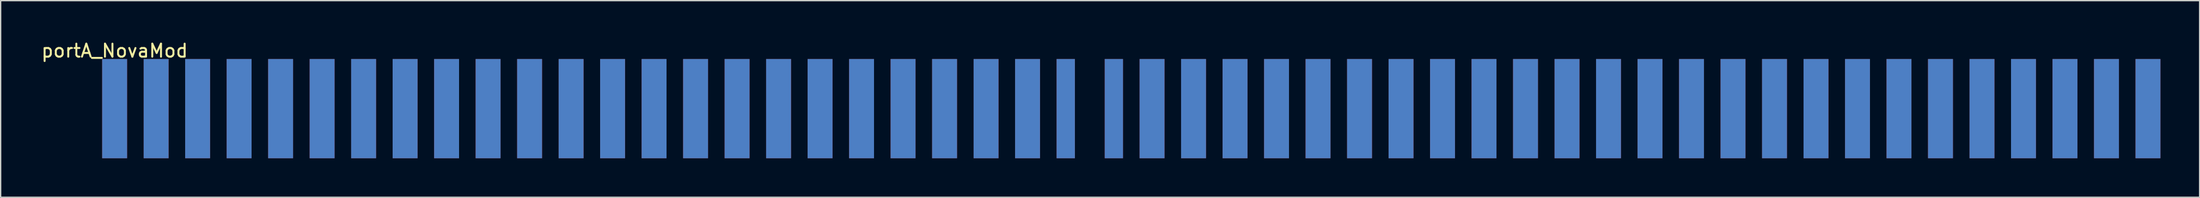
<source format=kicad_pcb>
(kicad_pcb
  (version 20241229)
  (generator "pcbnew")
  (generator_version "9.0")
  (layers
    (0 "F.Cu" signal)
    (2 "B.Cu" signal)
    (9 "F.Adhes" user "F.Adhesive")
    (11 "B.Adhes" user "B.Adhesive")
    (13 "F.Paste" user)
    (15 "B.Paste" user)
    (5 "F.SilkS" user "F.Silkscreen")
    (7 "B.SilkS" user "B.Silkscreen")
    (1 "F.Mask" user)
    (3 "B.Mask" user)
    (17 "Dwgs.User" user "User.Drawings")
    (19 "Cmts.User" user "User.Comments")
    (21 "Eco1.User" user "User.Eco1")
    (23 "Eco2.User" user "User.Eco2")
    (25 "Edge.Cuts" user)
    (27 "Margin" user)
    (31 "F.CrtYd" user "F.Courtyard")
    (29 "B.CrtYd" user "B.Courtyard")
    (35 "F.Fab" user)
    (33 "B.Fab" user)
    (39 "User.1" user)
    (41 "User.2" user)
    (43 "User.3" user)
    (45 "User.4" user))
  (footprint "portA_NovaMod"
    (layer "F.Cu")
    (at 5.72 5.293)
    (property "Reference" "portA_NovaMod" (at 0 -4.445 0) (layer "F.SilkS") (effects (font (size 1 1) (thickness 0.15))))
    (attr through_hole)
    (pad "1" smd rect (at 0 0) (size 1.905 7.62) (layers "F.Cu" "F.Mask" "F.Paste"))
    (pad "2" smd rect (at 0 0) (size 1.905 7.62) (layers "B.Cu" "B.Mask" "B.Paste"))
    (pad "3" smd rect (at 3.175 0) (size 1.905 7.62) (layers "F.Cu" "F.Mask" "F.Paste"))
    (pad "4" smd rect (at 3.175 0) (size 1.905 7.62) (layers "B.Cu" "B.Mask" "B.Paste"))
    (pad "5" smd rect (at 6.35 0) (size 1.905 7.62) (layers "F.Cu" "F.Mask" "F.Paste"))
    (pad "6" smd rect (at 6.35 0) (size 1.905 7.62) (layers "B.Cu" "B.Mask" "B.Paste"))
    (pad "7" smd rect (at 9.525 0) (size 1.905 7.62) (layers "F.Cu" "F.Mask" "F.Paste"))
    (pad "8" smd rect (at 9.525 0) (size 1.905 7.62) (layers "B.Cu" "B.Mask" "B.Paste"))
    (pad "9" smd rect (at 12.7 0) (size 1.905 7.62) (layers "F.Cu" "F.Mask" "F.Paste"))
    (pad "10" smd rect (at 12.7 0) (size 1.905 7.62) (layers "B.Cu" "B.Mask" "B.Paste"))
    (pad "11" smd rect (at 15.875 0) (size 1.905 7.62) (layers "F.Cu" "F.Mask" "F.Paste"))
    (pad "12" smd rect (at 15.875 0) (size 1.905 7.62) (layers "B.Cu" "B.Mask" "B.Paste"))
    (pad "13" smd rect (at 19.05 0) (size 1.905 7.62) (layers "F.Cu" "F.Mask" "F.Paste"))
    (pad "14" smd rect (at 19.05 0) (size 1.905 7.62) (layers "B.Cu" "B.Mask" "B.Paste"))
    (pad "15" smd rect (at 22.225 0) (size 1.905 7.62) (layers "F.Cu" "F.Mask" "F.Paste"))
    (pad "16" smd rect (at 22.225 0) (size 1.905 7.62) (layers "B.Cu" "B.Mask" "B.Paste"))
    (pad "17" smd rect (at 25.4 0) (size 1.905 7.62) (layers "F.Cu" "F.Mask" "F.Paste"))
    (pad "18" smd rect (at 25.4 0) (size 1.905 7.62) (layers "B.Cu" "B.Mask" "B.Paste"))
    (pad "19" smd rect (at 28.575 0) (size 1.905 7.62) (layers "F.Cu" "F.Mask" "F.Paste"))
    (pad "20" smd rect (at 28.575 0) (size 1.905 7.62) (layers "B.Cu" "B.Mask" "B.Paste"))
    (pad "21" smd rect (at 31.75 0) (size 1.905 7.62) (layers "F.Cu" "F.Mask" "F.Paste"))
    (pad "22" smd rect (at 31.75 0) (size 1.905 7.62) (layers "B.Cu" "B.Mask" "B.Paste"))
    (pad "23" smd rect (at 34.925 0) (size 1.905 7.62) (layers "F.Cu" "F.Mask" "F.Paste"))
    (pad "24" smd rect (at 34.925 0) (size 1.905 7.62) (layers "B.Cu" "B.Mask" "B.Paste"))
    (pad "25" smd rect (at 38.1 0) (size 1.905 7.62) (layers "F.Cu" "F.Mask" "F.Paste"))
    (pad "26" smd rect (at 38.1 0) (size 1.905 7.62) (layers "B.Cu" "B.Mask" "B.Paste"))
    (pad "27" smd rect (at 41.275 0) (size 1.905 7.62) (layers "F.Cu" "F.Mask" "F.Paste"))
    (pad "28" smd rect (at 41.275 0) (size 1.905 7.62) (layers "B.Cu" "B.Mask" "B.Paste"))
    (pad "29" smd rect (at 44.45 0) (size 1.905 7.62) (layers "F.Cu" "F.Mask" "F.Paste"))
    (pad "30" smd rect (at 44.45 0) (size 1.905 7.62) (layers "B.Cu" "B.Mask" "B.Paste"))
    (pad "31" smd rect (at 47.625 0) (size 1.905 7.62) (layers "F.Cu" "F.Mask" "F.Paste"))
    (pad "32" smd rect (at 47.625 0) (size 1.905 7.62) (layers "B.Cu" "B.Mask" "B.Paste"))
    (pad "33" smd rect (at 50.8 0) (size 1.905 7.62) (layers "F.Cu" "F.Mask" "F.Paste"))
    (pad "34" smd rect (at 50.8 0) (size 1.905 7.62) (layers "B.Cu" "B.Mask" "B.Paste"))
    (pad "35" smd rect (at 53.975 0) (size 1.905 7.62) (layers "F.Cu" "F.Mask" "F.Paste"))
    (pad "36" smd rect (at 53.975 0) (size 1.905 7.62) (layers "B.Cu" "B.Mask" "B.Paste"))
    (pad "37" smd rect (at 57.15 0) (size 1.905 7.62) (layers "F.Cu" "F.Mask" "F.Paste"))
    (pad "38" smd rect (at 57.15 0) (size 1.905 7.62) (layers "B.Cu" "B.Mask" "B.Paste"))
    (pad "39" smd rect (at 60.325 0) (size 1.905 7.62) (layers "F.Cu" "F.Mask" "F.Paste"))
    (pad "40" smd rect (at 60.325 0) (size 1.905 7.62) (layers "B.Cu" "B.Mask" "B.Paste"))
    (pad "41" smd rect (at 63.5 0) (size 1.905 7.62) (layers "F.Cu" "F.Mask" "F.Paste"))
    (pad "42" smd rect (at 63.5 0) (size 1.905 7.62) (layers "B.Cu" "B.Mask" "B.Paste"))
    (pad "43" smd rect (at 66.675 0) (size 1.905 7.62) (layers "F.Cu" "F.Mask" "F.Paste"))
    (pad "44" smd rect (at 66.675 0) (size 1.905 7.62) (layers "B.Cu" "B.Mask" "B.Paste"))
    (pad "45" smd rect (at 69.85 0) (size 1.905 7.62) (layers "F.Cu" "F.Mask" "F.Paste"))
    (pad "46" smd rect (at 69.85 0) (size 1.905 7.62) (layers "B.Cu" "B.Mask" "B.Paste"))
    (pad "47" smd rect (at 72.771 0) (size 1.397 7.62) (layers "F.Cu" "F.Mask" "F.Paste"))
    (pad "48" smd rect (at 72.771 0) (size 1.397 7.62) (layers "B.Cu" "B.Mask" "B.Paste"))
    (pad "49" smd rect (at 76.454 0) (size 1.397 7.62) (layers "F.Cu" "F.Mask" "F.Paste"))
    (pad "50" smd rect (at 76.454 0) (size 1.397 7.62) (layers "B.Cu" "B.Mask" "B.Paste"))
    (pad "51" smd rect (at 79.375 0) (size 1.905 7.62) (layers "F.Cu" "F.Mask" "F.Paste"))
    (pad "52" smd rect (at 79.375 0) (size 1.905 7.62) (layers "B.Cu" "B.Mask" "B.Paste"))
    (pad "53" smd rect (at 82.55 0) (size 1.905 7.62) (layers "F.Cu" "F.Mask" "F.Paste"))
    (pad "54" smd rect (at 82.55 0) (size 1.905 7.62) (layers "B.Cu" "B.Mask" "B.Paste"))
    (pad "55" smd rect (at 85.725 0) (size 1.905 7.62) (layers "F.Cu" "F.Mask" "F.Paste"))
    (pad "56" smd rect (at 85.725 0) (size 1.905 7.62) (layers "B.Cu" "B.Mask" "B.Paste"))
    (pad "57" smd rect (at 88.9 0) (size 1.905 7.62) (layers "F.Cu" "F.Mask" "F.Paste"))
    (pad "58" smd rect (at 88.9 0) (size 1.905 7.62) (layers "B.Cu" "B.Mask" "B.Paste"))
    (pad "59" smd rect (at 92.075 0) (size 1.905 7.62) (layers "F.Cu" "F.Mask" "F.Paste"))
    (pad "60" smd rect (at 92.075 0) (size 1.905 7.62) (layers "B.Cu" "B.Mask" "B.Paste"))
    (pad "61" smd rect (at 95.25 0) (size 1.905 7.62) (layers "F.Cu" "F.Mask" "F.Paste"))
    (pad "62" smd rect (at 95.25 0) (size 1.905 7.62) (layers "B.Cu" "B.Mask" "B.Paste"))
    (pad "63" smd rect (at 98.425 0) (size 1.905 7.62) (layers "F.Cu" "F.Mask" "F.Paste"))
    (pad "64" smd rect (at 98.425 0) (size 1.905 7.62) (layers "B.Cu" "B.Mask" "B.Paste"))
    (pad "65" smd rect (at 101.6 0) (size 1.905 7.62) (layers "F.Cu" "F.Mask" "F.Paste"))
    (pad "66" smd rect (at 101.6 0) (size 1.905 7.62) (layers "B.Cu" "B.Mask" "B.Paste"))
    (pad "67" smd rect (at 104.775 0) (size 1.905 7.62) (layers "F.Cu" "F.Mask" "F.Paste"))
    (pad "68" smd rect (at 104.775 0) (size 1.905 7.62) (layers "B.Cu" "B.Mask" "B.Paste"))
    (pad "69" smd rect (at 107.95 0) (size 1.905 7.62) (layers "F.Cu" "F.Mask" "F.Paste"))
    (pad "70" smd rect (at 107.95 0) (size 1.905 7.62) (layers "B.Cu" "B.Mask" "B.Paste"))
    (pad "71" smd rect (at 111.125 0) (size 1.905 7.62) (layers "F.Cu" "F.Mask" "F.Paste"))
    (pad "72" smd rect (at 111.125 0) (size 1.905 7.62) (layers "B.Cu" "B.Mask" "B.Paste"))
    (pad "73" smd rect (at 114.3 0) (size 1.905 7.62) (layers "F.Cu" "F.Mask" "F.Paste"))
    (pad "74" smd rect (at 114.3 0) (size 1.905 7.62) (layers "B.Cu" "B.Mask" "B.Paste"))
    (pad "75" smd rect (at 117.475 0) (size 1.905 7.62) (layers "F.Cu" "F.Mask" "F.Paste"))
    (pad "76" smd rect (at 117.475 0) (size 1.905 7.62) (layers "B.Cu" "B.Mask" "B.Paste"))
    (pad "77" smd rect (at 120.65 0) (size 1.905 7.62) (layers "F.Cu" "F.Mask" "F.Paste"))
    (pad "78" smd rect (at 120.65 0) (size 1.905 7.62) (layers "B.Cu" "B.Mask" "B.Paste"))
    (pad "79" smd rect (at 123.825 0) (size 1.905 7.62) (layers "F.Cu" "F.Mask" "F.Paste"))
    (pad "80" smd rect (at 123.825 0) (size 1.905 7.62) (layers "B.Cu" "B.Mask" "B.Paste"))
    (pad "81" smd rect (at 127 0) (size 1.905 7.62) (layers "F.Cu" "F.Mask" "F.Paste"))
    (pad "82" smd rect (at 127 0) (size 1.905 7.62) (layers "B.Cu" "B.Mask" "B.Paste"))
    (pad "83" smd rect (at 130.175 0) (size 1.905 7.62) (layers "F.Cu" "F.Mask" "F.Paste"))
    (pad "84" smd rect (at 130.175 0) (size 1.905 7.62) (layers "B.Cu" "B.Mask" "B.Paste"))
    (pad "85" smd rect (at 133.35 0) (size 1.905 7.62) (layers "F.Cu" "F.Mask" "F.Paste"))
    (pad "86" smd rect (at 133.35 0) (size 1.905 7.62) (layers "B.Cu" "B.Mask" "B.Paste"))
    (pad "87" smd rect (at 136.525 0) (size 1.905 7.62) (layers "F.Cu" "F.Mask" "F.Paste"))
    (pad "88" smd rect (at 136.525 0) (size 1.905 7.62) (layers "B.Cu" "B.Mask" "B.Paste"))
    (pad "89" smd rect (at 139.7 0) (size 1.905 7.62) (layers "F.Cu" "F.Mask" "F.Paste"))
    (pad "90" smd rect (at 139.7 0) (size 1.905 7.62) (layers "B.Cu" "B.Mask" "B.Paste"))
    (pad "91" smd rect (at 142.875 0) (size 1.905 7.62) (layers "F.Cu" "F.Mask" "F.Paste"))
    (pad "92" smd rect (at 142.875 0) (size 1.905 7.62) (layers "B.Cu" "B.Mask" "B.Paste"))
    (pad "93" smd rect (at 146.05 0) (size 1.905 7.62) (layers "F.Cu" "F.Mask" "F.Paste"))
    (pad "94" smd rect (at 146.05 0) (size 1.905 7.62) (layers "B.Cu" "B.Mask" "B.Paste"))
    (pad "95" smd rect (at 149.225 0) (size 1.905 7.62) (layers "F.Cu" "F.Mask" "F.Paste"))
    (pad "96" smd rect (at 149.225 0) (size 1.905 7.62) (layers "B.Cu" "B.Mask" "B.Paste"))
    (pad "97" smd rect (at 152.4 0) (size 1.905 7.62) (layers "F.Cu" "F.Mask" "F.Paste"))
    (pad "98" smd rect (at 152.4 0) (size 1.905 7.62) (layers "B.Cu" "B.Mask" "B.Paste"))
    (pad "99" smd rect (at 155.575 0) (size 1.905 7.62) (layers "F.Cu" "F.Mask" "F.Paste"))
    (pad "100" smd rect (at 155.575 0) (size 1.905 7.62) (layers "B.Cu" "B.Mask" "B.Paste")))
  (gr_rect
    (start -3 -3)
    (end 165.248 12.103)
    (stroke (width 0.1) (type default))
    (fill no)
    (layer "Edge.Cuts")))
</source>
